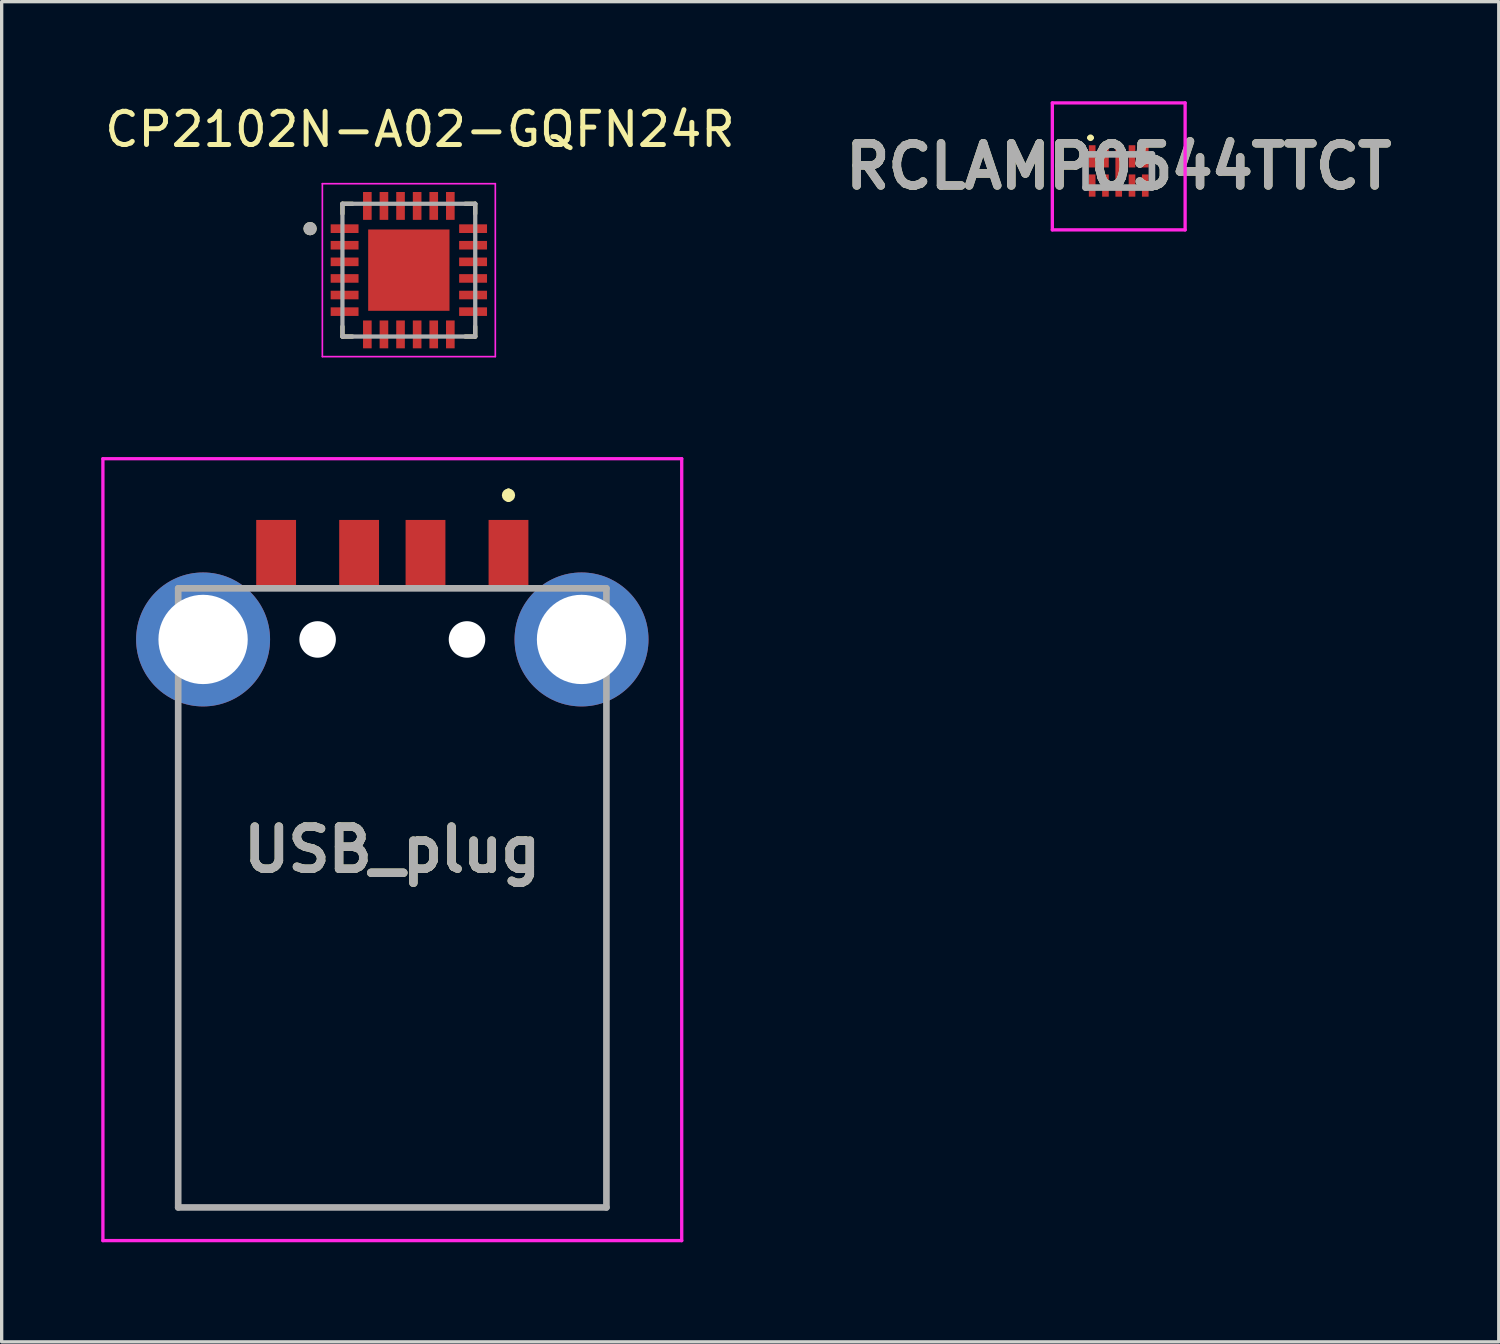
<source format=kicad_pcb>
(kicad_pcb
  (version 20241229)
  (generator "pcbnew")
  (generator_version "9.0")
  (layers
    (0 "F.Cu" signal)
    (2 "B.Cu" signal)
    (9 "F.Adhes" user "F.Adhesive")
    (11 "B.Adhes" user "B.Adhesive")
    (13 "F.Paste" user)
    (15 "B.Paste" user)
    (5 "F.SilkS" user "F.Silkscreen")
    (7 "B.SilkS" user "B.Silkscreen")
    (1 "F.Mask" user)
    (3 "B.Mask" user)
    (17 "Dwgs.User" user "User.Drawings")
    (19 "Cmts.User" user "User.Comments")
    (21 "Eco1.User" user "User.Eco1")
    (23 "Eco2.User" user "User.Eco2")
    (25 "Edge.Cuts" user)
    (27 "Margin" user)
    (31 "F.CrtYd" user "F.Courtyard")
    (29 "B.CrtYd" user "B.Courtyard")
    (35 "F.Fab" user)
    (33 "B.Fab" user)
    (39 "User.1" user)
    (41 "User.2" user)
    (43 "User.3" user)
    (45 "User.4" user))
  (footprint "CP2102N-A02-GQFN24R"
    (layer "F.Cu")
    (at 9.266 5.088)
    (property "Reference" "CP2102N-A02-GQFN24R" (at 0.335 -4.24 0) (layer "F.SilkS") (effects (font (size 1 1) (thickness 0.15))))
    (attr through_hole)
    (fp_line (start -2 -2) (end -2 -1.7) (stroke (width 0.127) (type solid)) (layer "F.SilkS"))
    (fp_line (start -2 -2) (end -1.7 -2) (stroke (width 0.127) (type solid)) (layer "F.SilkS"))
    (fp_line (start -2 2) (end -2 1.7) (stroke (width 0.127) (type solid)) (layer "F.SilkS"))
    (fp_line (start -2 2) (end -1.7 2) (stroke (width 0.127) (type solid)) (layer "F.SilkS"))
    (fp_line (start 2 -2) (end 1.7 -2) (stroke (width 0.127) (type solid)) (layer "F.SilkS"))
    (fp_line (start 2 -2) (end 2 -1.7) (stroke (width 0.127) (type solid)) (layer "F.SilkS"))
    (fp_line (start 2 2) (end 1.7 2) (stroke (width 0.127) (type solid)) (layer "F.SilkS"))
    (fp_line (start 2 2) (end 2 1.7) (stroke (width 0.127) (type solid)) (layer "F.SilkS"))
    (fp_circle (center -2.975 -1.25) (end -2.875 -1.25) (stroke (width 0.2) (type solid)) (fill no) (layer "F.SilkS"))
    (fp_poly (pts (xy -0.77 -0.77) (xy 0.77 -0.77) (xy 0.77 0.77) (xy -0.77 0.77)) (stroke (width 0.01) (type solid)) (fill yes) (layer "F.Paste"))
    (fp_line (start -2.605 -2.605) (end 2.605 -2.605) (stroke (width 0.05) (type solid)) (layer "F.CrtYd"))
    (fp_line (start -2.605 2.605) (end -2.605 -2.605) (stroke (width 0.05) (type solid)) (layer "F.CrtYd"))
    (fp_line (start -2.605 2.605) (end 2.605 2.605) (stroke (width 0.05) (type solid)) (layer "F.CrtYd"))
    (fp_line (start 2.605 2.605) (end 2.605 -2.605) (stroke (width 0.05) (type solid)) (layer "F.CrtYd"))
    (fp_line (start -2 2) (end -2 -2) (stroke (width 0.127) (type solid)) (layer "F.Fab"))
    (fp_line (start 2 -2) (end -2 -2) (stroke (width 0.127) (type solid)) (layer "F.Fab"))
    (fp_line (start 2 2) (end -2 2) (stroke (width 0.127) (type solid)) (layer "F.Fab"))
    (fp_line (start 2 2) (end 2 -2) (stroke (width 0.127) (type solid)) (layer "F.Fab"))
    (fp_circle (center -2.975 -1.25) (end -2.875 -1.25) (stroke (width 0.2) (type solid)) (fill no) (layer "F.Fab"))
    (pad "1" smd roundrect (at -1.935 -1.25) (size 0.84 0.26) (layers "F.Cu" "F.Mask" "F.Paste") (roundrect_rratio 0.03))
    (pad "2" smd roundrect (at -1.935 -0.75) (size 0.84 0.26) (layers "F.Cu" "F.Mask" "F.Paste") (roundrect_rratio 0.03))
    (pad "3" smd roundrect (at -1.935 -0.25) (size 0.84 0.26) (layers "F.Cu" "F.Mask" "F.Paste") (roundrect_rratio 0.03))
    (pad "4" smd roundrect (at -1.935 0.25) (size 0.84 0.26) (layers "F.Cu" "F.Mask" "F.Paste") (roundrect_rratio 0.03))
    (pad "5" smd roundrect (at -1.935 0.75) (size 0.84 0.26) (layers "F.Cu" "F.Mask" "F.Paste") (roundrect_rratio 0.03))
    (pad "6" smd roundrect (at -1.935 1.25) (size 0.84 0.26) (layers "F.Cu" "F.Mask" "F.Paste") (roundrect_rratio 0.03))
    (pad "7" smd roundrect (at -1.25 1.935) (size 0.26 0.84) (layers "F.Cu" "F.Mask" "F.Paste") (roundrect_rratio 0.03))
    (pad "8" smd roundrect (at -0.75 1.935) (size 0.26 0.84) (layers "F.Cu" "F.Mask" "F.Paste") (roundrect_rratio 0.03))
    (pad "9" smd roundrect (at -0.25 1.935) (size 0.26 0.84) (layers "F.Cu" "F.Mask" "F.Paste") (roundrect_rratio 0.03))
    (pad "10" smd roundrect (at 0.25 1.935) (size 0.26 0.84) (layers "F.Cu" "F.Mask" "F.Paste") (roundrect_rratio 0.03))
    (pad "11" smd roundrect (at 0.75 1.935) (size 0.26 0.84) (layers "F.Cu" "F.Mask" "F.Paste") (roundrect_rratio 0.03))
    (pad "12" smd roundrect (at 1.25 1.935) (size 0.26 0.84) (layers "F.Cu" "F.Mask" "F.Paste") (roundrect_rratio 0.03))
    (pad "13" smd roundrect (at 1.935 1.25) (size 0.84 0.26) (layers "F.Cu" "F.Mask" "F.Paste") (roundrect_rratio 0.03))
    (pad "14" smd roundrect (at 1.935 0.75) (size 0.84 0.26) (layers "F.Cu" "F.Mask" "F.Paste") (roundrect_rratio 0.03))
    (pad "15" smd roundrect (at 1.935 0.25) (size 0.84 0.26) (layers "F.Cu" "F.Mask" "F.Paste") (roundrect_rratio 0.03))
    (pad "16" smd roundrect (at 1.935 -0.25) (size 0.84 0.26) (layers "F.Cu" "F.Mask" "F.Paste") (roundrect_rratio 0.03))
    (pad "17" smd roundrect (at 1.935 -0.75) (size 0.84 0.26) (layers "F.Cu" "F.Mask" "F.Paste") (roundrect_rratio 0.03))
    (pad "18" smd roundrect (at 1.935 -1.25) (size 0.84 0.26) (layers "F.Cu" "F.Mask" "F.Paste") (roundrect_rratio 0.03))
    (pad "19" smd roundrect (at 1.25 -1.935) (size 0.26 0.84) (layers "F.Cu" "F.Mask" "F.Paste") (roundrect_rratio 0.03))
    (pad "20" smd roundrect (at 0.75 -1.935) (size 0.26 0.84) (layers "F.Cu" "F.Mask" "F.Paste") (roundrect_rratio 0.03))
    (pad "21" smd roundrect (at 0.25 -1.935) (size 0.26 0.84) (layers "F.Cu" "F.Mask" "F.Paste") (roundrect_rratio 0.03))
    (pad "22" smd roundrect (at -0.25 -1.935) (size 0.26 0.84) (layers "F.Cu" "F.Mask" "F.Paste") (roundrect_rratio 0.03))
    (pad "23" smd roundrect (at -0.75 -1.935) (size 0.26 0.84) (layers "F.Cu" "F.Mask" "F.Paste") (roundrect_rratio 0.03))
    (pad "24" smd roundrect (at -1.25 -1.935) (size 0.26 0.84) (layers "F.Cu" "F.Mask" "F.Paste") (roundrect_rratio 0.03))
    (pad "25" smd rect (at 0 0) (size 2.45 2.45) (layers "F.Cu" "F.Mask")))
  (footprint "RCLAMP0544TTCT"
    (layer "F.Cu")
    (at 30.651 2.1)
    (property "Reference" "RCLAMP0544TTCT" (at 0 -0.137 0) (layer "F.SilkS") (effects (font (size 1.27 1.27) (thickness 0.254))))
    (attr smd)
    (fp_line (start -0.9 -1) (end -0.9 -1) (stroke (width 0.1) (type solid)) (layer "F.SilkS"))
    (fp_line (start -0.8 -1) (end -0.8 -1) (stroke (width 0.1) (type solid)) (layer "F.SilkS"))
    (fp_arc (start -0.9 -1) (mid -0.85 -1.05) (end -0.8 -1) (stroke (width 0.1) (type solid)) (layer "F.SilkS"))
    (fp_arc (start -0.8 -1) (mid -0.85 -0.95) (end -0.9 -1) (stroke (width 0.1) (type solid)) (layer "F.SilkS"))
    (fp_line (start -2 -2.05) (end 2 -2.05) (stroke (width 0.1) (type solid)) (layer "F.CrtYd"))
    (fp_line (start -2 1.775) (end -2 -2.05) (stroke (width 0.1) (type solid)) (layer "F.CrtYd"))
    (fp_line (start 2 -2.05) (end 2 1.775) (stroke (width 0.1) (type solid)) (layer "F.CrtYd"))
    (fp_line (start 2 1.775) (end -2 1.775) (stroke (width 0.1) (type solid)) (layer "F.CrtYd"))
    (fp_line (start -1 -0.5) (end 1 -0.5) (stroke (width 0.2) (type solid)) (layer "F.Fab"))
    (fp_line (start -1 0.5) (end -1 -0.5) (stroke (width 0.2) (type solid)) (layer "F.Fab"))
    (fp_line (start 1 -0.5) (end 1 0.5) (stroke (width 0.2) (type solid)) (layer "F.Fab"))
    (fp_line (start 1 0.5) (end -1 0.5) (stroke (width 0.2) (type solid)) (layer "F.Fab"))
    (fp_text user "${REFERENCE}" (at 0 -0.137 0) (layer "F.Fab") (effects (font (size 1.27 1.27) (thickness 0.254))))
    (pad "1" smd rect (at -0.8 -0.44) (size 0.2 0.67) (layers "F.Cu" "F.Mask" "F.Paste"))
    (pad "2" smd rect (at -0.4 -0.44) (size 0.2 0.67) (layers "F.Cu" "F.Mask" "F.Paste"))
    (pad "3" smd rect (at 0.4 -0.44) (size 0.2 0.67) (layers "F.Cu" "F.Mask" "F.Paste"))
    (pad "4" smd rect (at 0.8 -0.44) (size 0.2 0.67) (layers "F.Cu" "F.Mask" "F.Paste"))
    (pad "5" smd rect (at 0.8 0.44) (size 0.2 0.67) (layers "F.Cu" "F.Mask" "F.Paste"))
    (pad "6" smd rect (at 0.4 0.44) (size 0.2 0.67) (layers "F.Cu" "F.Mask" "F.Paste"))
    (pad "7" smd rect (at -0.4 0.44) (size 0.2 0.67) (layers "F.Cu" "F.Mask" "F.Paste"))
    (pad "8" smd rect (at -0.8 0.44) (size 0.2 0.67) (layers "F.Cu" "F.Mask" "F.Paste"))
    (pad "9" smd rect (at 0 0) (size 0.2 1.55) (layers "F.Cu" "F.Mask" "F.Paste")))
  (footprint "USB_plug"
    (layer "F.Cu")
    (at 8.768 23.468)
    (property "Reference" "USB_plug" (at 0 -0.922 0) (layer "F.SilkS") (effects (font (size 1.27 1.27) (thickness 0.254))))
    (attr through_hole)
    (fp_line (start -6.45 -4.5) (end -6.45 9.855) (stroke (width 0.1) (type solid)) (layer "F.SilkS"))
    (fp_line (start -6.45 9.855) (end 6.45 9.855) (stroke (width 0.1) (type solid)) (layer "F.SilkS"))
    (fp_line (start 3.5 -11.7) (end 3.5 -11.7) (stroke (width 0.2) (type solid)) (layer "F.SilkS"))
    (fp_line (start 3.5 -11.5) (end 3.5 -11.5) (stroke (width 0.2) (type solid)) (layer "F.SilkS"))
    (fp_line (start 6.45 9.855) (end 6.45 -4) (stroke (width 0.1) (type solid)) (layer "F.SilkS"))
    (fp_arc (start 3.5 -11.7) (mid 3.6 -11.6) (end 3.5 -11.5) (stroke (width 0.2) (type solid)) (layer "F.SilkS"))
    (fp_arc (start 3.5 -11.5) (mid 3.4 -11.6) (end 3.5 -11.7) (stroke (width 0.2) (type solid)) (layer "F.SilkS"))
    (fp_line (start -8.718 -12.7) (end 8.718 -12.7) (stroke (width 0.1) (type solid)) (layer "F.CrtYd"))
    (fp_line (start -8.718 10.855) (end -8.718 -12.7) (stroke (width 0.1) (type solid)) (layer "F.CrtYd"))
    (fp_line (start 8.718 -12.7) (end 8.718 10.855) (stroke (width 0.1) (type solid)) (layer "F.CrtYd"))
    (fp_line (start 8.718 10.855) (end -8.718 10.855) (stroke (width 0.1) (type solid)) (layer "F.CrtYd"))
    (fp_line (start -6.45 -8.795) (end 6.45 -8.795) (stroke (width 0.2) (type solid)) (layer "F.Fab"))
    (fp_line (start -6.45 9.855) (end -6.45 -8.795) (stroke (width 0.2) (type solid)) (layer "F.Fab"))
    (fp_line (start 6.45 -8.795) (end 6.45 9.855) (stroke (width 0.2) (type solid)) (layer "F.Fab"))
    (fp_line (start 6.45 9.855) (end -6.45 9.855) (stroke (width 0.2) (type solid)) (layer "F.Fab"))
    (fp_text user "${REFERENCE}" (at 0 -0.922 0) (layer "F.Fab") (effects (font (size 1.27 1.27) (thickness 0.254))))
    (pad "" np_thru_hole circle (at -2.25 -7.255) (size 1.1 1.1) (drill 1.1) (layers "*.Cu" "*.Mask"))
    (pad "" np_thru_hole circle (at 2.25 -7.255) (size 1.1 1.1) (drill 1.1) (layers "*.Cu" "*.Mask"))
    (pad "1" smd rect (at 3.5 -9.855) (size 1.2 2) (layers "F.Cu" "F.Mask" "F.Paste"))
    (pad "2" smd rect (at 1 -9.855) (size 1.2 2) (layers "F.Cu" "F.Mask" "F.Paste"))
    (pad "3" smd rect (at -1 -9.855) (size 1.2 2) (layers "F.Cu" "F.Mask" "F.Paste"))
    (pad "4" smd rect (at -3.5 -9.855) (size 1.2 2) (layers "F.Cu" "F.Mask" "F.Paste"))
    (pad "MH1" thru_hole circle (at -5.7 -7.255) (size 4.035 4.035) (drill 2.69) (layers "*.Cu" "*.Mask"))
    (pad "MH2" thru_hole circle (at 5.7 -7.255) (size 4.035 4.035) (drill 2.69) (layers "*.Cu" "*.Mask")))
  (gr_rect
    (start -3 -3)
    (end 42.099 37.373)
    (stroke (width 0.1) (type default))
    (fill no)
    (layer "Edge.Cuts")))
</source>
